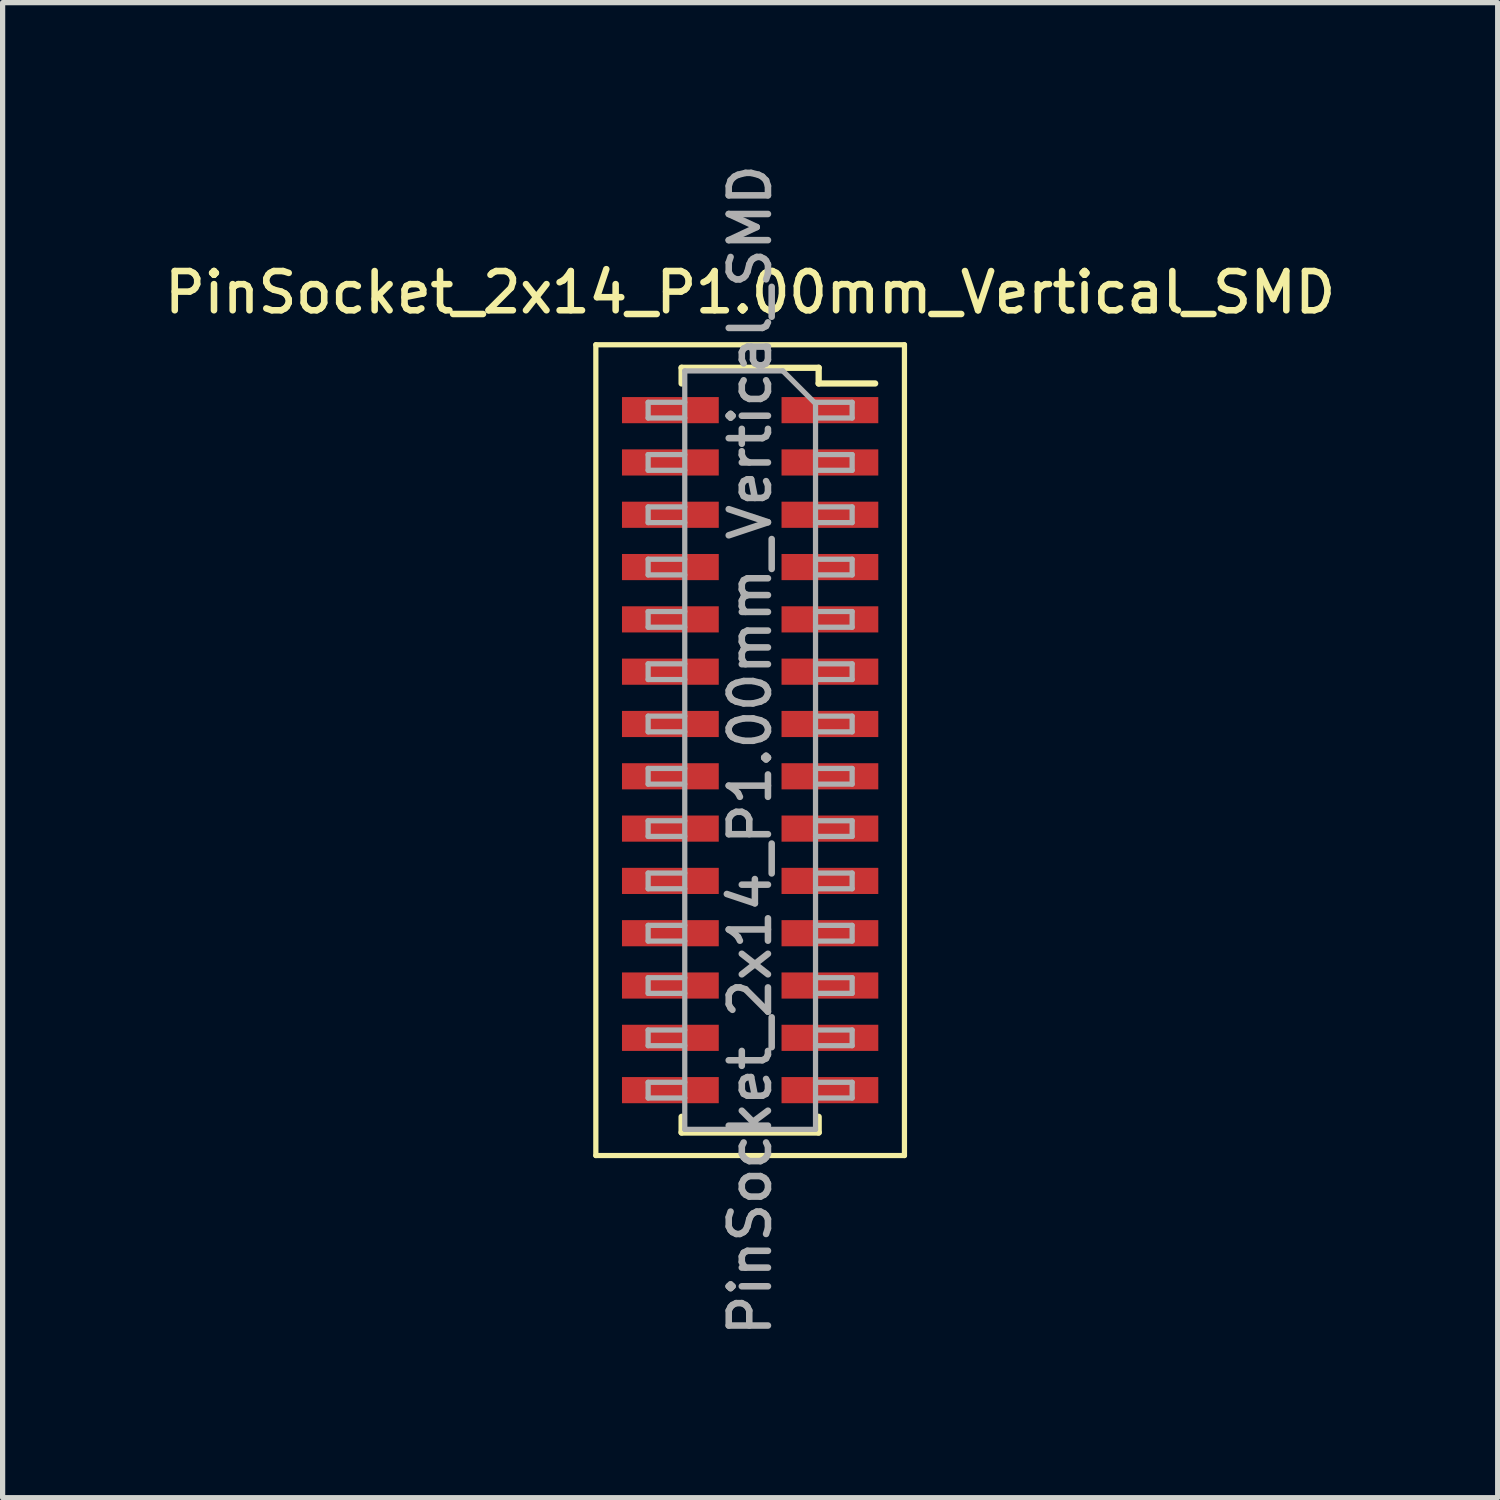
<source format=kicad_pcb>
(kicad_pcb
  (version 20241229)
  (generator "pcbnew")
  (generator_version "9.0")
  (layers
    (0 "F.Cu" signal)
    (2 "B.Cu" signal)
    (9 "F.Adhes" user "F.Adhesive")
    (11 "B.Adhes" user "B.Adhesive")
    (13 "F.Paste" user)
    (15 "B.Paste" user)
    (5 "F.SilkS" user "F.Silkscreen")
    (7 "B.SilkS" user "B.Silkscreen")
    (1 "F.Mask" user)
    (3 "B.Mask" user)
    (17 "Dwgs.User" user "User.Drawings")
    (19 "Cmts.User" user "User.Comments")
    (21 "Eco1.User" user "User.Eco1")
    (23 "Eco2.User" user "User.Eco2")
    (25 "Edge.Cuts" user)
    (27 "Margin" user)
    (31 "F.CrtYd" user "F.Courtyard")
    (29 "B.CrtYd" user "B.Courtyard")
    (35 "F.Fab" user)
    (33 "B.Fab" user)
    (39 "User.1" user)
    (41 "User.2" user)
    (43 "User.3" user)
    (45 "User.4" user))
  (footprint "PinSocket_2x14_P1.00mm_Vertical_SMD"
    (layer "F.Cu")
    (at 11.291 11.291)
    (property "Reference" "PinSocket_2x14_P1.00mm_Vertical_SMD" (at 0 -8.75 0) (layer "F.SilkS") (effects (font (size 0.75 0.75) (thickness 0.125))))
    (attr smd)
    (fp_line (start -2.95 -7.75) (end 2.95 -7.75) (stroke (width 0.1) (type solid)) (layer "F.SilkS"))
    (fp_line (start -2.95 7.75) (end -2.95 -7.75) (stroke (width 0.1) (type solid)) (layer "F.SilkS"))
    (fp_line (start -1.31 -7.31) (end -1.31 -7.01) (stroke (width 0.12) (type solid)) (layer "F.SilkS"))
    (fp_line (start -1.31 -7.31) (end 1.31 -7.31) (stroke (width 0.12) (type solid)) (layer "F.SilkS"))
    (fp_line (start -1.31 7.01) (end -1.31 7.31) (stroke (width 0.12) (type solid)) (layer "F.SilkS"))
    (fp_line (start -1.31 7.31) (end 1.31 7.31) (stroke (width 0.12) (type solid)) (layer "F.SilkS"))
    (fp_line (start 1.31 -7.31) (end 1.31 -7.01) (stroke (width 0.12) (type solid)) (layer "F.SilkS"))
    (fp_line (start 1.31 -7.01) (end 2.39 -7.01) (stroke (width 0.12) (type solid)) (layer "F.SilkS"))
    (fp_line (start 1.31 7.01) (end 1.31 7.31) (stroke (width 0.12) (type solid)) (layer "F.SilkS"))
    (fp_line (start 2.95 -7.75) (end 2.95 7.75) (stroke (width 0.1) (type solid)) (layer "F.SilkS"))
    (fp_line (start 2.95 7.75) (end -2.95 7.75) (stroke (width 0.1) (type solid)) (layer "F.SilkS"))
    (fp_line (start -1.95 -6.65) (end -1.25 -6.65) (stroke (width 0.1) (type solid)) (layer "F.Fab"))
    (fp_line (start -1.95 -6.35) (end -1.95 -6.65) (stroke (width 0.1) (type solid)) (layer "F.Fab"))
    (fp_line (start -1.95 -5.65) (end -1.25 -5.65) (stroke (width 0.1) (type solid)) (layer "F.Fab"))
    (fp_line (start -1.95 -5.35) (end -1.95 -5.65) (stroke (width 0.1) (type solid)) (layer "F.Fab"))
    (fp_line (start -1.95 -4.65) (end -1.25 -4.65) (stroke (width 0.1) (type solid)) (layer "F.Fab"))
    (fp_line (start -1.95 -4.35) (end -1.95 -4.65) (stroke (width 0.1) (type solid)) (layer "F.Fab"))
    (fp_line (start -1.95 -3.65) (end -1.25 -3.65) (stroke (width 0.1) (type solid)) (layer "F.Fab"))
    (fp_line (start -1.95 -3.35) (end -1.95 -3.65) (stroke (width 0.1) (type solid)) (layer "F.Fab"))
    (fp_line (start -1.95 -2.65) (end -1.25 -2.65) (stroke (width 0.1) (type solid)) (layer "F.Fab"))
    (fp_line (start -1.95 -2.35) (end -1.95 -2.65) (stroke (width 0.1) (type solid)) (layer "F.Fab"))
    (fp_line (start -1.95 -1.65) (end -1.25 -1.65) (stroke (width 0.1) (type solid)) (layer "F.Fab"))
    (fp_line (start -1.95 -1.35) (end -1.95 -1.65) (stroke (width 0.1) (type solid)) (layer "F.Fab"))
    (fp_line (start -1.95 -0.65) (end -1.25 -0.65) (stroke (width 0.1) (type solid)) (layer "F.Fab"))
    (fp_line (start -1.95 -0.35) (end -1.95 -0.65) (stroke (width 0.1) (type solid)) (layer "F.Fab"))
    (fp_line (start -1.95 0.35) (end -1.25 0.35) (stroke (width 0.1) (type solid)) (layer "F.Fab"))
    (fp_line (start -1.95 0.65) (end -1.95 0.35) (stroke (width 0.1) (type solid)) (layer "F.Fab"))
    (fp_line (start -1.95 1.35) (end -1.25 1.35) (stroke (width 0.1) (type solid)) (layer "F.Fab"))
    (fp_line (start -1.95 1.65) (end -1.95 1.35) (stroke (width 0.1) (type solid)) (layer "F.Fab"))
    (fp_line (start -1.95 2.35) (end -1.25 2.35) (stroke (width 0.1) (type solid)) (layer "F.Fab"))
    (fp_line (start -1.95 2.65) (end -1.95 2.35) (stroke (width 0.1) (type solid)) (layer "F.Fab"))
    (fp_line (start -1.95 3.35) (end -1.25 3.35) (stroke (width 0.1) (type solid)) (layer "F.Fab"))
    (fp_line (start -1.95 3.65) (end -1.95 3.35) (stroke (width 0.1) (type solid)) (layer "F.Fab"))
    (fp_line (start -1.95 4.35) (end -1.25 4.35) (stroke (width 0.1) (type solid)) (layer "F.Fab"))
    (fp_line (start -1.95 4.65) (end -1.95 4.35) (stroke (width 0.1) (type solid)) (layer "F.Fab"))
    (fp_line (start -1.95 5.35) (end -1.25 5.35) (stroke (width 0.1) (type solid)) (layer "F.Fab"))
    (fp_line (start -1.95 5.65) (end -1.95 5.35) (stroke (width 0.1) (type solid)) (layer "F.Fab"))
    (fp_line (start -1.95 6.35) (end -1.25 6.35) (stroke (width 0.1) (type solid)) (layer "F.Fab"))
    (fp_line (start -1.95 6.65) (end -1.95 6.35) (stroke (width 0.1) (type solid)) (layer "F.Fab"))
    (fp_line (start -1.25 -7.25) (end 0.625 -7.25) (stroke (width 0.1) (type solid)) (layer "F.Fab"))
    (fp_line (start -1.25 -6.35) (end -1.95 -6.35) (stroke (width 0.1) (type solid)) (layer "F.Fab"))
    (fp_line (start -1.25 -5.35) (end -1.95 -5.35) (stroke (width 0.1) (type solid)) (layer "F.Fab"))
    (fp_line (start -1.25 -4.35) (end -1.95 -4.35) (stroke (width 0.1) (type solid)) (layer "F.Fab"))
    (fp_line (start -1.25 -3.35) (end -1.95 -3.35) (stroke (width 0.1) (type solid)) (layer "F.Fab"))
    (fp_line (start -1.25 -2.35) (end -1.95 -2.35) (stroke (width 0.1) (type solid)) (layer "F.Fab"))
    (fp_line (start -1.25 -1.35) (end -1.95 -1.35) (stroke (width 0.1) (type solid)) (layer "F.Fab"))
    (fp_line (start -1.25 -0.35) (end -1.95 -0.35) (stroke (width 0.1) (type solid)) (layer "F.Fab"))
    (fp_line (start -1.25 0.65) (end -1.95 0.65) (stroke (width 0.1) (type solid)) (layer "F.Fab"))
    (fp_line (start -1.25 1.65) (end -1.95 1.65) (stroke (width 0.1) (type solid)) (layer "F.Fab"))
    (fp_line (start -1.25 2.65) (end -1.95 2.65) (stroke (width 0.1) (type solid)) (layer "F.Fab"))
    (fp_line (start -1.25 3.65) (end -1.95 3.65) (stroke (width 0.1) (type solid)) (layer "F.Fab"))
    (fp_line (start -1.25 4.65) (end -1.95 4.65) (stroke (width 0.1) (type solid)) (layer "F.Fab"))
    (fp_line (start -1.25 5.65) (end -1.95 5.65) (stroke (width 0.1) (type solid)) (layer "F.Fab"))
    (fp_line (start -1.25 6.65) (end -1.95 6.65) (stroke (width 0.1) (type solid)) (layer "F.Fab"))
    (fp_line (start -1.25 7.25) (end -1.25 -7.25) (stroke (width 0.1) (type solid)) (layer "F.Fab"))
    (fp_line (start 0.625 -7.25) (end 1.25 -6.625) (stroke (width 0.1) (type solid)) (layer "F.Fab"))
    (fp_line (start 1.25 -6.65) (end 1.95 -6.65) (stroke (width 0.1) (type solid)) (layer "F.Fab"))
    (fp_line (start 1.25 -6.625) (end 1.25 7.25) (stroke (width 0.1) (type solid)) (layer "F.Fab"))
    (fp_line (start 1.25 -5.65) (end 1.95 -5.65) (stroke (width 0.1) (type solid)) (layer "F.Fab"))
    (fp_line (start 1.25 -4.65) (end 1.95 -4.65) (stroke (width 0.1) (type solid)) (layer "F.Fab"))
    (fp_line (start 1.25 -3.65) (end 1.95 -3.65) (stroke (width 0.1) (type solid)) (layer "F.Fab"))
    (fp_line (start 1.25 -2.65) (end 1.95 -2.65) (stroke (width 0.1) (type solid)) (layer "F.Fab"))
    (fp_line (start 1.25 -1.65) (end 1.95 -1.65) (stroke (width 0.1) (type solid)) (layer "F.Fab"))
    (fp_line (start 1.25 -0.65) (end 1.95 -0.65) (stroke (width 0.1) (type solid)) (layer "F.Fab"))
    (fp_line (start 1.25 0.35) (end 1.95 0.35) (stroke (width 0.1) (type solid)) (layer "F.Fab"))
    (fp_line (start 1.25 1.35) (end 1.95 1.35) (stroke (width 0.1) (type solid)) (layer "F.Fab"))
    (fp_line (start 1.25 2.35) (end 1.95 2.35) (stroke (width 0.1) (type solid)) (layer "F.Fab"))
    (fp_line (start 1.25 3.35) (end 1.95 3.35) (stroke (width 0.1) (type solid)) (layer "F.Fab"))
    (fp_line (start 1.25 4.35) (end 1.95 4.35) (stroke (width 0.1) (type solid)) (layer "F.Fab"))
    (fp_line (start 1.25 5.35) (end 1.95 5.35) (stroke (width 0.1) (type solid)) (layer "F.Fab"))
    (fp_line (start 1.25 6.35) (end 1.95 6.35) (stroke (width 0.1) (type solid)) (layer "F.Fab"))
    (fp_line (start 1.25 7.25) (end -1.25 7.25) (stroke (width 0.1) (type solid)) (layer "F.Fab"))
    (fp_line (start 1.95 -6.65) (end 1.95 -6.35) (stroke (width 0.1) (type solid)) (layer "F.Fab"))
    (fp_line (start 1.95 -6.35) (end 1.25 -6.35) (stroke (width 0.1) (type solid)) (layer "F.Fab"))
    (fp_line (start 1.95 -5.65) (end 1.95 -5.35) (stroke (width 0.1) (type solid)) (layer "F.Fab"))
    (fp_line (start 1.95 -5.35) (end 1.25 -5.35) (stroke (width 0.1) (type solid)) (layer "F.Fab"))
    (fp_line (start 1.95 -4.65) (end 1.95 -4.35) (stroke (width 0.1) (type solid)) (layer "F.Fab"))
    (fp_line (start 1.95 -4.35) (end 1.25 -4.35) (stroke (width 0.1) (type solid)) (layer "F.Fab"))
    (fp_line (start 1.95 -3.65) (end 1.95 -3.35) (stroke (width 0.1) (type solid)) (layer "F.Fab"))
    (fp_line (start 1.95 -3.35) (end 1.25 -3.35) (stroke (width 0.1) (type solid)) (layer "F.Fab"))
    (fp_line (start 1.95 -2.65) (end 1.95 -2.35) (stroke (width 0.1) (type solid)) (layer "F.Fab"))
    (fp_line (start 1.95 -2.35) (end 1.25 -2.35) (stroke (width 0.1) (type solid)) (layer "F.Fab"))
    (fp_line (start 1.95 -1.65) (end 1.95 -1.35) (stroke (width 0.1) (type solid)) (layer "F.Fab"))
    (fp_line (start 1.95 -1.35) (end 1.25 -1.35) (stroke (width 0.1) (type solid)) (layer "F.Fab"))
    (fp_line (start 1.95 -0.65) (end 1.95 -0.35) (stroke (width 0.1) (type solid)) (layer "F.Fab"))
    (fp_line (start 1.95 -0.35) (end 1.25 -0.35) (stroke (width 0.1) (type solid)) (layer "F.Fab"))
    (fp_line (start 1.95 0.35) (end 1.95 0.65) (stroke (width 0.1) (type solid)) (layer "F.Fab"))
    (fp_line (start 1.95 0.65) (end 1.25 0.65) (stroke (width 0.1) (type solid)) (layer "F.Fab"))
    (fp_line (start 1.95 1.35) (end 1.95 1.65) (stroke (width 0.1) (type solid)) (layer "F.Fab"))
    (fp_line (start 1.95 1.65) (end 1.25 1.65) (stroke (width 0.1) (type solid)) (layer "F.Fab"))
    (fp_line (start 1.95 2.35) (end 1.95 2.65) (stroke (width 0.1) (type solid)) (layer "F.Fab"))
    (fp_line (start 1.95 2.65) (end 1.25 2.65) (stroke (width 0.1) (type solid)) (layer "F.Fab"))
    (fp_line (start 1.95 3.35) (end 1.95 3.65) (stroke (width 0.1) (type solid)) (layer "F.Fab"))
    (fp_line (start 1.95 3.65) (end 1.25 3.65) (stroke (width 0.1) (type solid)) (layer "F.Fab"))
    (fp_line (start 1.95 4.35) (end 1.95 4.65) (stroke (width 0.1) (type solid)) (layer "F.Fab"))
    (fp_line (start 1.95 4.65) (end 1.25 4.65) (stroke (width 0.1) (type solid)) (layer "F.Fab"))
    (fp_line (start 1.95 5.35) (end 1.95 5.65) (stroke (width 0.1) (type solid)) (layer "F.Fab"))
    (fp_line (start 1.95 5.65) (end 1.25 5.65) (stroke (width 0.1) (type solid)) (layer "F.Fab"))
    (fp_line (start 1.95 6.35) (end 1.95 6.65) (stroke (width 0.1) (type solid)) (layer "F.Fab"))
    (fp_line (start 1.95 6.65) (end 1.25 6.65) (stroke (width 0.1) (type solid)) (layer "F.Fab"))
    (fp_text user "${REFERENCE}" (at 0 0 90) (layer "F.Fab") (effects (font (size 0.75 0.75) (thickness 0.125))))
    (pad "1" smd rect (at 1.525 -6.5) (size 1.85 0.5) (layers "F.Cu" "F.Mask" "F.Paste"))
    (pad "2" smd rect (at -1.525 -6.5) (size 1.85 0.5) (layers "F.Cu" "F.Mask" "F.Paste"))
    (pad "3" smd rect (at 1.525 -5.5) (size 1.85 0.5) (layers "F.Cu" "F.Mask" "F.Paste"))
    (pad "4" smd rect (at -1.525 -5.5) (size 1.85 0.5) (layers "F.Cu" "F.Mask" "F.Paste"))
    (pad "5" smd rect (at 1.525 -4.5) (size 1.85 0.5) (layers "F.Cu" "F.Mask" "F.Paste"))
    (pad "6" smd rect (at -1.525 -4.5) (size 1.85 0.5) (layers "F.Cu" "F.Mask" "F.Paste"))
    (pad "7" smd rect (at 1.525 -3.5) (size 1.85 0.5) (layers "F.Cu" "F.Mask" "F.Paste"))
    (pad "8" smd rect (at -1.525 -3.5) (size 1.85 0.5) (layers "F.Cu" "F.Mask" "F.Paste"))
    (pad "9" smd rect (at 1.525 -2.5) (size 1.85 0.5) (layers "F.Cu" "F.Mask" "F.Paste"))
    (pad "10" smd rect (at -1.525 -2.5) (size 1.85 0.5) (layers "F.Cu" "F.Mask" "F.Paste"))
    (pad "11" smd rect (at 1.525 -1.5) (size 1.85 0.5) (layers "F.Cu" "F.Mask" "F.Paste"))
    (pad "12" smd rect (at -1.525 -1.5) (size 1.85 0.5) (layers "F.Cu" "F.Mask" "F.Paste"))
    (pad "13" smd rect (at 1.525 -0.5) (size 1.85 0.5) (layers "F.Cu" "F.Mask" "F.Paste"))
    (pad "14" smd rect (at -1.525 -0.5) (size 1.85 0.5) (layers "F.Cu" "F.Mask" "F.Paste"))
    (pad "15" smd rect (at 1.525 0.5) (size 1.85 0.5) (layers "F.Cu" "F.Mask" "F.Paste"))
    (pad "16" smd rect (at -1.525 0.5) (size 1.85 0.5) (layers "F.Cu" "F.Mask" "F.Paste"))
    (pad "17" smd rect (at 1.525 1.5) (size 1.85 0.5) (layers "F.Cu" "F.Mask" "F.Paste"))
    (pad "18" smd rect (at -1.525 1.5) (size 1.85 0.5) (layers "F.Cu" "F.Mask" "F.Paste"))
    (pad "19" smd rect (at 1.525 2.5) (size 1.85 0.5) (layers "F.Cu" "F.Mask" "F.Paste"))
    (pad "20" smd rect (at -1.525 2.5) (size 1.85 0.5) (layers "F.Cu" "F.Mask" "F.Paste"))
    (pad "21" smd rect (at 1.525 3.5) (size 1.85 0.5) (layers "F.Cu" "F.Mask" "F.Paste"))
    (pad "22" smd rect (at -1.525 3.5) (size 1.85 0.5) (layers "F.Cu" "F.Mask" "F.Paste"))
    (pad "23" smd rect (at 1.525 4.5) (size 1.85 0.5) (layers "F.Cu" "F.Mask" "F.Paste"))
    (pad "24" smd rect (at -1.525 4.5) (size 1.85 0.5) (layers "F.Cu" "F.Mask" "F.Paste"))
    (pad "25" smd rect (at 1.525 5.5) (size 1.85 0.5) (layers "F.Cu" "F.Mask" "F.Paste"))
    (pad "26" smd rect (at -1.525 5.5) (size 1.85 0.5) (layers "F.Cu" "F.Mask" "F.Paste"))
    (pad "27" smd rect (at 1.525 6.5) (size 1.85 0.5) (layers "F.Cu" "F.Mask" "F.Paste"))
    (pad "28" smd rect (at -1.525 6.5) (size 1.85 0.5) (layers "F.Cu" "F.Mask" "F.Paste")))
  (gr_rect
    (start -3 -3)
    (end 25.582 25.582)
    (stroke (width 0.1) (type default))
    (fill no)
    (layer "Edge.Cuts")))
</source>
